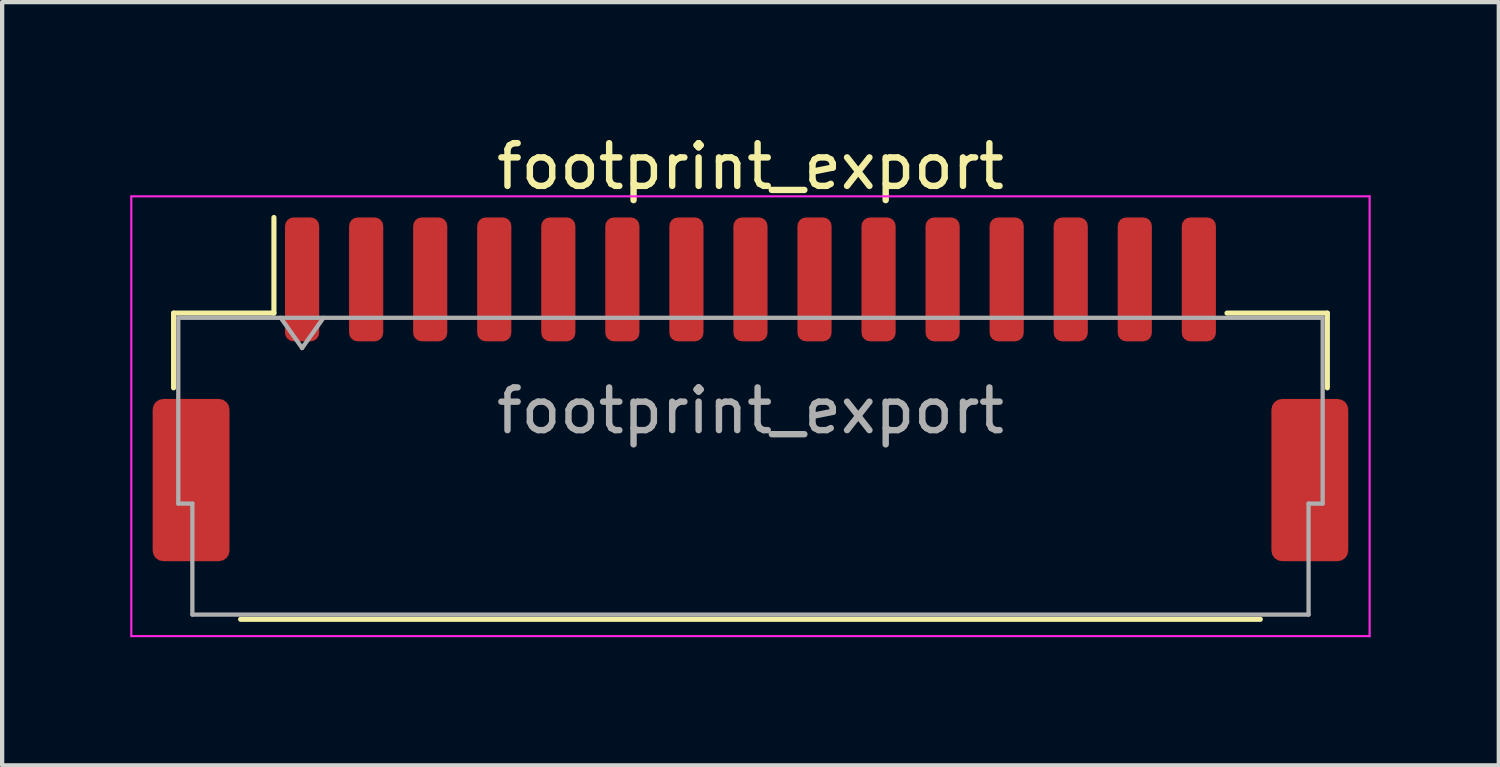
<source format=kicad_pcb>
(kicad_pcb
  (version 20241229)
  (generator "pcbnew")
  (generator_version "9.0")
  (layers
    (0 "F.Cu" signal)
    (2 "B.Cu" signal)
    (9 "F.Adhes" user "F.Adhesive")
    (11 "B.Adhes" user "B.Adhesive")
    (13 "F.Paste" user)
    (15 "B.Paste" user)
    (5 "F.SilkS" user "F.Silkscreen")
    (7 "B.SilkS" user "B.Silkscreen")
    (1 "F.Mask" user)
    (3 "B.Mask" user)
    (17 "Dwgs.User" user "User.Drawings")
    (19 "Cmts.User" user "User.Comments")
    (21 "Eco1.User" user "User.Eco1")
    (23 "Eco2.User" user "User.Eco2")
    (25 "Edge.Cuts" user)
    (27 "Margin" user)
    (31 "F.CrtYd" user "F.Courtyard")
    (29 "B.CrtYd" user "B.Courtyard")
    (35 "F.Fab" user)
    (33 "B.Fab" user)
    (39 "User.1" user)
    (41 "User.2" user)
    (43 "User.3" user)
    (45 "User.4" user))
  (footprint "footprint_export"
    (layer "F.Cu")
    (at 14.525 6.068)
    (property "Reference" "footprint_export" (at 0 -5.22 0) (layer "F.SilkS") (effects (font (size 1 1) (thickness 0.15))))
    (attr smd)
    (fp_line (start -13.51 -1.785) (end -11.16 -1.785) (stroke (width 0.12) (type solid)) (layer "F.SilkS"))
    (fp_line (start -13.51 -0.035) (end -13.51 -1.785) (stroke (width 0.12) (type solid)) (layer "F.SilkS"))
    (fp_line (start -11.94 5.385) (end 11.94 5.385) (stroke (width 0.12) (type solid)) (layer "F.SilkS"))
    (fp_line (start -11.16 -1.785) (end -11.16 -4.025) (stroke (width 0.12) (type solid)) (layer "F.SilkS"))
    (fp_line (start 13.51 -1.785) (end 11.16 -1.785) (stroke (width 0.12) (type solid)) (layer "F.SilkS"))
    (fp_line (start 13.51 -0.035) (end 13.51 -1.785) (stroke (width 0.12) (type solid)) (layer "F.SilkS"))
    (fp_line (start -14.5 -4.52) (end -14.5 5.78) (stroke (width 0.05) (type solid)) (layer "F.CrtYd"))
    (fp_line (start -14.5 5.78) (end 14.5 5.78) (stroke (width 0.05) (type solid)) (layer "F.CrtYd"))
    (fp_line (start 14.5 -4.52) (end -14.5 -4.52) (stroke (width 0.05) (type solid)) (layer "F.CrtYd"))
    (fp_line (start 14.5 5.78) (end 14.5 -4.52) (stroke (width 0.05) (type solid)) (layer "F.CrtYd"))
    (fp_line (start -13.4 -1.675) (end -13.4 2.675) (stroke (width 0.1) (type solid)) (layer "F.Fab"))
    (fp_line (start -13.4 -1.675) (end 13.4 -1.675) (stroke (width 0.1) (type solid)) (layer "F.Fab"))
    (fp_line (start -13.4 2.675) (end -13.07 2.675) (stroke (width 0.1) (type solid)) (layer "F.Fab"))
    (fp_line (start -13.07 2.675) (end -13.07 5.275) (stroke (width 0.1) (type solid)) (layer "F.Fab"))
    (fp_line (start -13.07 5.275) (end 13.07 5.275) (stroke (width 0.1) (type solid)) (layer "F.Fab"))
    (fp_line (start -11 -1.675) (end -10.5 -0.968) (stroke (width 0.1) (type solid)) (layer "F.Fab"))
    (fp_line (start -10.5 -0.968) (end -10 -1.675) (stroke (width 0.1) (type solid)) (layer "F.Fab"))
    (fp_line (start 13.07 2.675) (end 13.4 2.675) (stroke (width 0.1) (type solid)) (layer "F.Fab"))
    (fp_line (start 13.07 5.275) (end 13.07 2.675) (stroke (width 0.1) (type solid)) (layer "F.Fab"))
    (fp_line (start 13.4 -1.675) (end 13.4 2.675) (stroke (width 0.1) (type solid)) (layer "F.Fab"))
    (fp_text user "${REFERENCE}" (at 0 0.5 0) (layer "F.Fab") (effects (font (size 1 1) (thickness 0.15))))
    (pad "1" smd roundrect (at -10.5 -2.575) (size 0.8 2.9) (layers "F.Cu" "F.Mask" "F.Paste") (roundrect_rratio 0.25))
    (pad "2" smd roundrect (at -9 -2.575) (size 0.8 2.9) (layers "F.Cu" "F.Mask" "F.Paste") (roundrect_rratio 0.25))
    (pad "3" smd roundrect (at -7.5 -2.575) (size 0.8 2.9) (layers "F.Cu" "F.Mask" "F.Paste") (roundrect_rratio 0.25))
    (pad "4" smd roundrect (at -6 -2.575) (size 0.8 2.9) (layers "F.Cu" "F.Mask" "F.Paste") (roundrect_rratio 0.25))
    (pad "5" smd roundrect (at -4.5 -2.575) (size 0.8 2.9) (layers "F.Cu" "F.Mask" "F.Paste") (roundrect_rratio 0.25))
    (pad "6" smd roundrect (at -3 -2.575) (size 0.8 2.9) (layers "F.Cu" "F.Mask" "F.Paste") (roundrect_rratio 0.25))
    (pad "7" smd roundrect (at -1.5 -2.575) (size 0.8 2.9) (layers "F.Cu" "F.Mask" "F.Paste") (roundrect_rratio 0.25))
    (pad "8" smd roundrect (at 0 -2.575) (size 0.8 2.9) (layers "F.Cu" "F.Mask" "F.Paste") (roundrect_rratio 0.25))
    (pad "9" smd roundrect (at 1.5 -2.575) (size 0.8 2.9) (layers "F.Cu" "F.Mask" "F.Paste") (roundrect_rratio 0.25))
    (pad "10" smd roundrect (at 3 -2.575) (size 0.8 2.9) (layers "F.Cu" "F.Mask" "F.Paste") (roundrect_rratio 0.25))
    (pad "11" smd roundrect (at 4.5 -2.575) (size 0.8 2.9) (layers "F.Cu" "F.Mask" "F.Paste") (roundrect_rratio 0.25))
    (pad "12" smd roundrect (at 6 -2.575) (size 0.8 2.9) (layers "F.Cu" "F.Mask" "F.Paste") (roundrect_rratio 0.25))
    (pad "13" smd roundrect (at 7.5 -2.575) (size 0.8 2.9) (layers "F.Cu" "F.Mask" "F.Paste") (roundrect_rratio 0.25))
    (pad "14" smd roundrect (at 9 -2.575) (size 0.8 2.9) (layers "F.Cu" "F.Mask" "F.Paste") (roundrect_rratio 0.25))
    (pad "15" smd roundrect (at 10.5 -2.575) (size 0.8 2.9) (layers "F.Cu" "F.Mask" "F.Paste") (roundrect_rratio 0.25))
    (pad "MP" smd roundrect (at -13.1 2.125) (size 1.8 3.8) (layers "F.Cu" "F.Mask" "F.Paste") (roundrect_rratio 0.139))
    (pad "MP" smd roundrect (at 13.1 2.125) (size 1.8 3.8) (layers "F.Cu" "F.Mask" "F.Paste") (roundrect_rratio 0.139)))
  (gr_rect
    (start -3 -3)
    (end 32.05 14.873)
    (stroke (width 0.1) (type default))
    (fill no)
    (layer "Edge.Cuts")))
</source>
